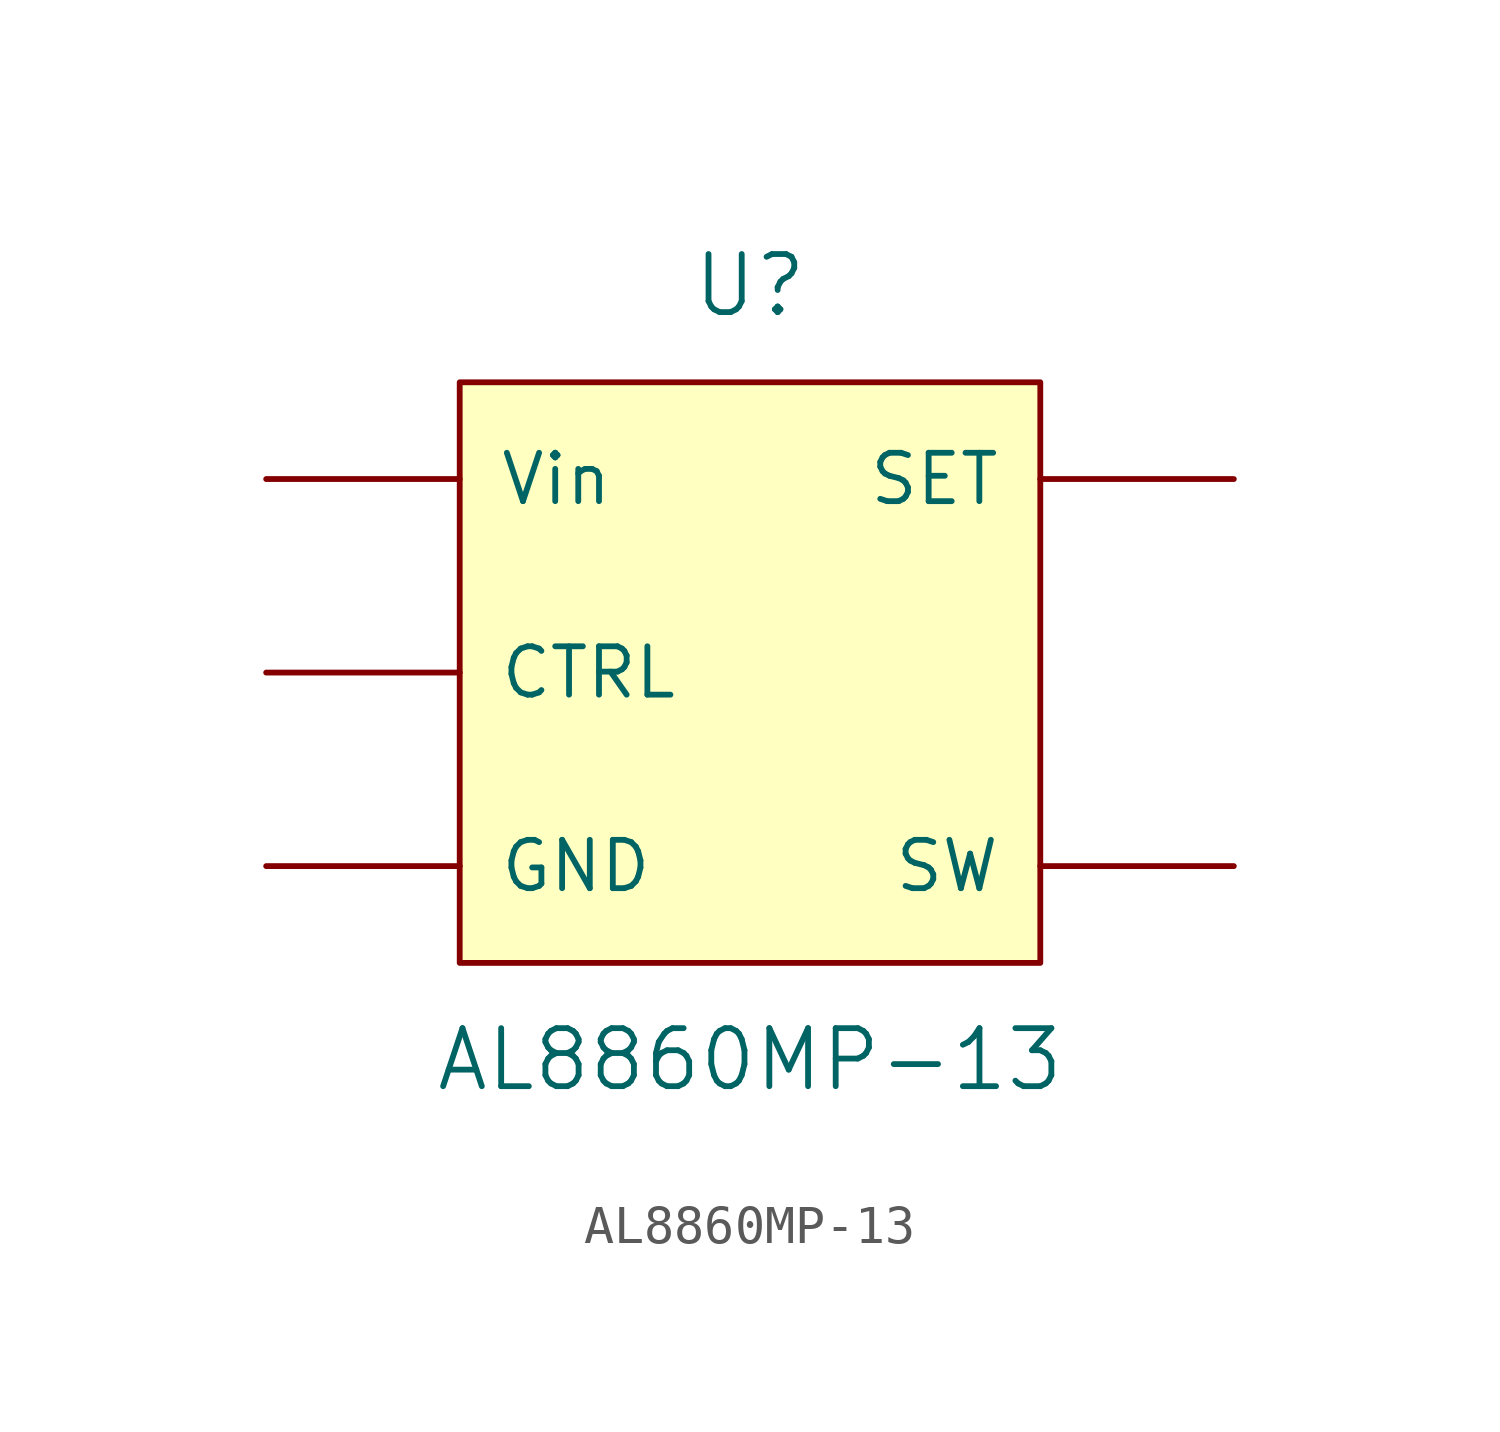
<source format=kicad_sym>
(kicad_symbol_lib
  (version 20241209)
  (generator "kicad_symbol_editor")
  (generator_version "9.0")
  (symbol "AL8860MP-13"
    (pin_numbers
      (hide yes))
    (pin_names
      (offset 1.016))
    (property "Reference" "U"
      (at 0 10.16 0)
      (effects (font (size 1.524 1.524))))
    (property "Value" "AL8860MP-13"
      (at 0 -10.16 0)
      (effects (font (size 1.524 1.524))))
    (symbol "AL8860MP-13_0_1"
      (rectangle (start -7.62 7.62) (end 7.62 -7.62) (stroke (width 0) (type default)) (fill (type background))))
    (symbol "AL8860MP-13_1_1"
      (pin input line (at -12.7 5.08 0) (length 5.08) (name "Vin" (effects (font (size 1.27 1.27)))) (number "8" (effects (font (size 1.27 1.27)))))
      (pin input line (at -12.7 0 0) (length 5.08) (name "CTRL" (effects (font (size 1.27 1.27)))) (number "4" (effects (font (size 1.27 1.27)))))
      (pin input line (at -12.7 -5.08 0) (length 5.08) (name "GND" (effects (font (size 1.27 1.27)))) (number "2" (effects (font (size 1.27 1.27)))))
      (pin input line (at -12.7 -5.08 0) (length 5.08) (hide yes) (name "GND" (effects (font (size 1.27 1.27)))) (number "3" (effects (font (size 1.27 1.27)))))
      (pin input line (at 12.7 5.08 180) (length 5.08) (name "SET" (effects (font (size 1.27 1.27)))) (number "1" (effects (font (size 1.27 1.27)))))
      (pin input line (at 12.7 -5.08 180) (length 5.08) (name "SW" (effects (font (size 1.27 1.27)))) (number "5" (effects (font (size 1.27 1.27)))))
      (pin input line (at 12.7 -5.08 180) (length 5.08) (hide yes) (name "SW" (effects (font (size 1.27 1.27)))) (number "6" (effects (font (size 1.27 1.27))))))))
</source>
